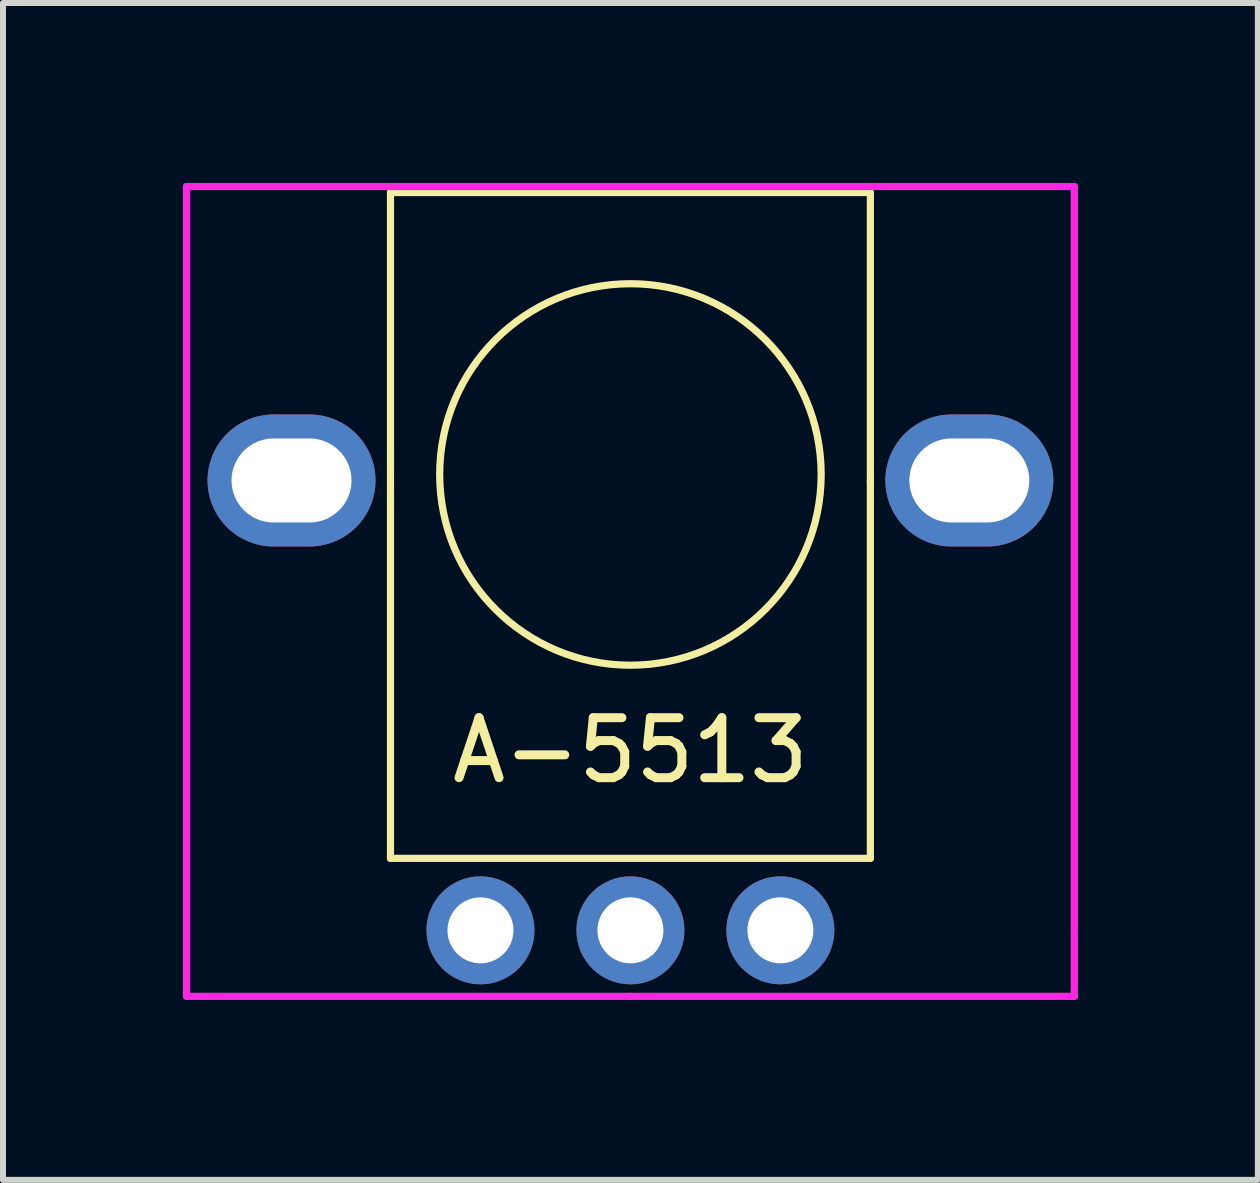
<source format=kicad_pcb>
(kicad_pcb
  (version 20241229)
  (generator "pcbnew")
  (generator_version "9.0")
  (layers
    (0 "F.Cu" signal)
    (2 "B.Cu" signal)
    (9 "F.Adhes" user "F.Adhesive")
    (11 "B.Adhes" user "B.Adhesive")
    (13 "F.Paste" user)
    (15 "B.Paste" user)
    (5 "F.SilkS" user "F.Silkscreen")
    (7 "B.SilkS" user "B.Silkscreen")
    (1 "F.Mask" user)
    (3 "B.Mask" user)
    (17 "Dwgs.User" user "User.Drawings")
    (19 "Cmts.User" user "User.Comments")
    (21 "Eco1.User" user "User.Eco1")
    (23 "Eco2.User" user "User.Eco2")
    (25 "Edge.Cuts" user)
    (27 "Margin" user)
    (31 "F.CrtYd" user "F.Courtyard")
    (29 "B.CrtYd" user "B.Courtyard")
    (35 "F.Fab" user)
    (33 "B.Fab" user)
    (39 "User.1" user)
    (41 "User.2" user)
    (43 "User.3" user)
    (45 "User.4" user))
  (footprint "A-5513"
    (layer "F.Cu")
    (at 7.46 12.46)
    (property "Reference" "A-5513" (at 0 -3 0) (layer "F.SilkS") (effects (font (size 1 1) (thickness 0.15))))
    (attr through_hole)
    (fp_line (start -4 -12.3) (end 4 -12.3) (stroke (width 0.12) (type solid)) (layer "F.SilkS"))
    (fp_line (start -4 -7.5) (end -4 -12.3) (stroke (width 0.12) (type solid)) (layer "F.SilkS"))
    (fp_line (start -4 -1.2) (end -4 -7.5) (stroke (width 0.12) (type solid)) (layer "F.SilkS"))
    (fp_line (start 4 -12.3) (end 4 -7.5) (stroke (width 0.12) (type solid)) (layer "F.SilkS"))
    (fp_line (start 4 -7.5) (end 4 -1.2) (stroke (width 0.12) (type solid)) (layer "F.SilkS"))
    (fp_line (start 4 -1.2) (end -4 -1.2) (stroke (width 0.12) (type solid)) (layer "F.SilkS"))
    (fp_circle (center 0 -7.6) (end 0 -4.42) (stroke (width 0.12) (type solid)) (fill no) (layer "F.SilkS"))
    (fp_line (start -7.4 -12.4) (end 7.4 -12.4) (stroke (width 0.12) (type solid)) (layer "F.CrtYd"))
    (fp_line (start -7.4 1.1) (end -7.4 -12.4) (stroke (width 0.12) (type solid)) (layer "F.CrtYd"))
    (fp_line (start 0 1.1) (end -7.4 1.1) (stroke (width 0.12) (type solid)) (layer "F.CrtYd"))
    (fp_line (start 7.4 -12.4) (end 7.4 0) (stroke (width 0.12) (type solid)) (layer "F.CrtYd"))
    (fp_line (start 7.4 0) (end 7.4 1) (stroke (width 0.12) (type solid)) (layer "F.CrtYd"))
    (fp_line (start 7.4 1) (end 7.4 1.1) (stroke (width 0.12) (type solid)) (layer "F.CrtYd"))
    (fp_line (start 7.4 1.1) (end 0 1.1) (stroke (width 0.12) (type solid)) (layer "F.CrtYd"))
    (pad "" thru_hole oval (at -5.65 -7.5 270) (size 2.2 2.8) (drill oval 1.4 2) (layers "*.Cu" "*.Mask"))
    (pad "" thru_hole oval (at 5.65 -7.5 270) (size 2.2 2.8) (drill oval 1.4 2) (layers "*.Cu" "*.Mask"))
    (pad "1" thru_hole circle (at -2.5 0 270) (size 1.8 1.8) (drill 1.1) (layers "*.Cu" "*.Mask"))
    (pad "2" thru_hole circle (at 0 0 270) (size 1.8 1.8) (drill 1.1) (layers "*.Cu" "*.Mask"))
    (pad "3" thru_hole circle (at 2.5 0 270) (size 1.8 1.8) (drill 1.1) (layers "*.Cu" "*.Mask")))
  (gr_rect
    (start -3 -3)
    (end 17.92 16.62)
    (stroke (width 0.1) (type default))
    (fill no)
    (layer "Edge.Cuts")))
</source>
